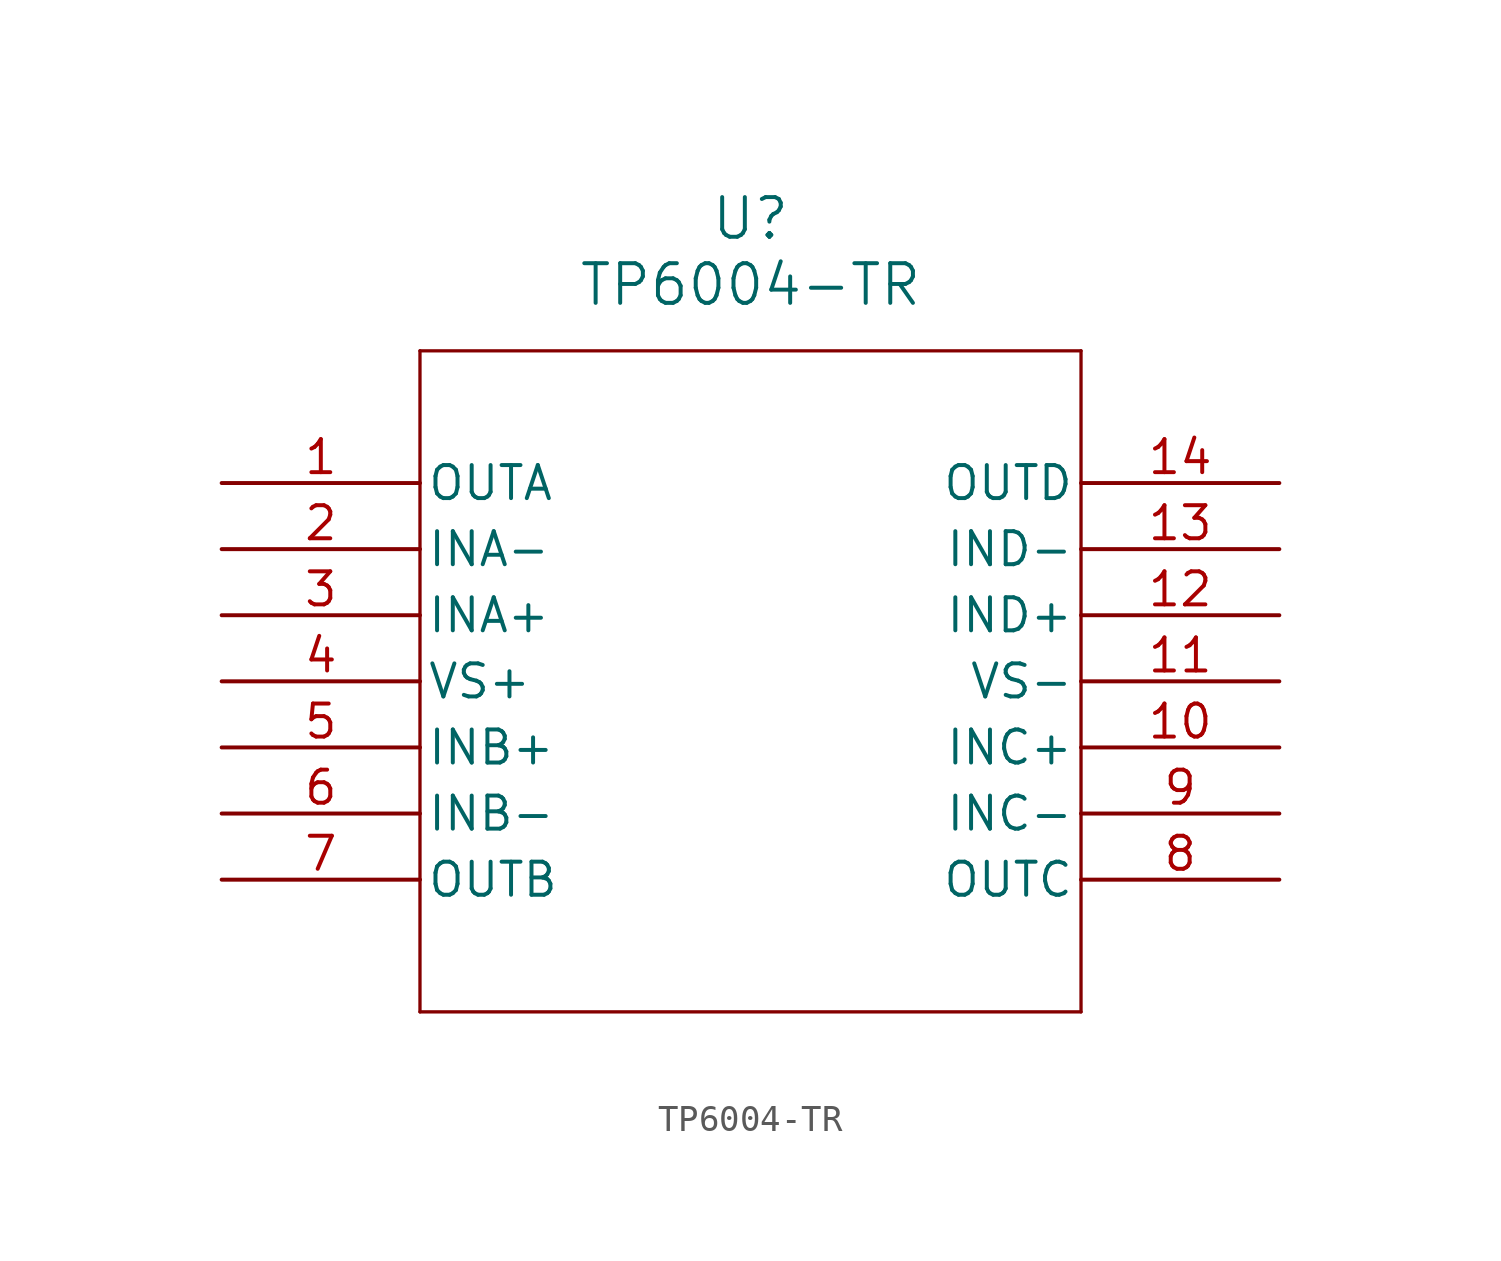
<source format=kicad_sym>
(kicad_symbol_lib
  (version 20211014)
  (generator kicad_symbol_editor)
  (symbol "TP6004-TR"
    (pin_names
      (offset 0.254))
    (property "Reference" "U"
      (at 20.32 10.16 0)
      (effects (font (size 1.524 1.524))))
    (property "Value" "TP6004-TR"
      (at 20.32 7.62 0)
      (effects (font (size 1.524 1.524))))
    (symbol "TP6004-TR_0_1"
      (polyline (pts (xy 7.62 5.08) (xy 7.62 -20.32)) (stroke (width 0.127) (type default) (color 0 0 0 0)) (fill (type none)))
      (polyline (pts (xy 7.62 -20.32) (xy 33.02 -20.32)) (stroke (width 0.127) (type default) (color 0 0 0 0)) (fill (type none)))
      (polyline (pts (xy 33.02 -20.32) (xy 33.02 5.08)) (stroke (width 0.127) (type default) (color 0 0 0 0)) (fill (type none)))
      (polyline (pts (xy 33.02 5.08) (xy 7.62 5.08)) (stroke (width 0.127) (type default) (color 0 0 0 0)) (fill (type none)))
      (pin output line (at 0 0 0) (length 7.62) (name "OUTA" (effects (font (size 1.27 1.27)))) (number "1" (effects (font (size 1.27 1.27)))))
      (pin input line (at 0 -2.54 0) (length 7.62) (name "INA-" (effects (font (size 1.27 1.27)))) (number "2" (effects (font (size 1.27 1.27)))))
      (pin input line (at 0 -5.08 0) (length 7.62) (name "INA+" (effects (font (size 1.27 1.27)))) (number "3" (effects (font (size 1.27 1.27)))))
      (pin power_in line (at 0 -7.62 0) (length 7.62) (name "VS+" (effects (font (size 1.27 1.27)))) (number "4" (effects (font (size 1.27 1.27)))))
      (pin input line (at 0 -10.16 0) (length 7.62) (name "INB+" (effects (font (size 1.27 1.27)))) (number "5" (effects (font (size 1.27 1.27)))))
      (pin input line (at 0 -12.7 0) (length 7.62) (name "INB-" (effects (font (size 1.27 1.27)))) (number "6" (effects (font (size 1.27 1.27)))))
      (pin output line (at 0 -15.24 0) (length 7.62) (name "OUTB" (effects (font (size 1.27 1.27)))) (number "7" (effects (font (size 1.27 1.27)))))
      (pin output line (at 40.64 -15.24 180) (length 7.62) (name "OUTC" (effects (font (size 1.27 1.27)))) (number "8" (effects (font (size 1.27 1.27)))))
      (pin input line (at 40.64 -12.7 180) (length 7.62) (name "INC-" (effects (font (size 1.27 1.27)))) (number "9" (effects (font (size 1.27 1.27)))))
      (pin input line (at 40.64 -10.16 180) (length 7.62) (name "INC+" (effects (font (size 1.27 1.27)))) (number "10" (effects (font (size 1.27 1.27)))))
      (pin power_in line (at 40.64 -7.62 180) (length 7.62) (name "VS-" (effects (font (size 1.27 1.27)))) (number "11" (effects (font (size 1.27 1.27)))))
      (pin input line (at 40.64 -5.08 180) (length 7.62) (name "IND+" (effects (font (size 1.27 1.27)))) (number "12" (effects (font (size 1.27 1.27)))))
      (pin input line (at 40.64 -2.54 180) (length 7.62) (name "IND-" (effects (font (size 1.27 1.27)))) (number "13" (effects (font (size 1.27 1.27)))))
      (pin output line (at 40.64 0 180) (length 7.62) (name "OUTD" (effects (font (size 1.27 1.27)))) (number "14" (effects (font (size 1.27 1.27))))))))
</source>
